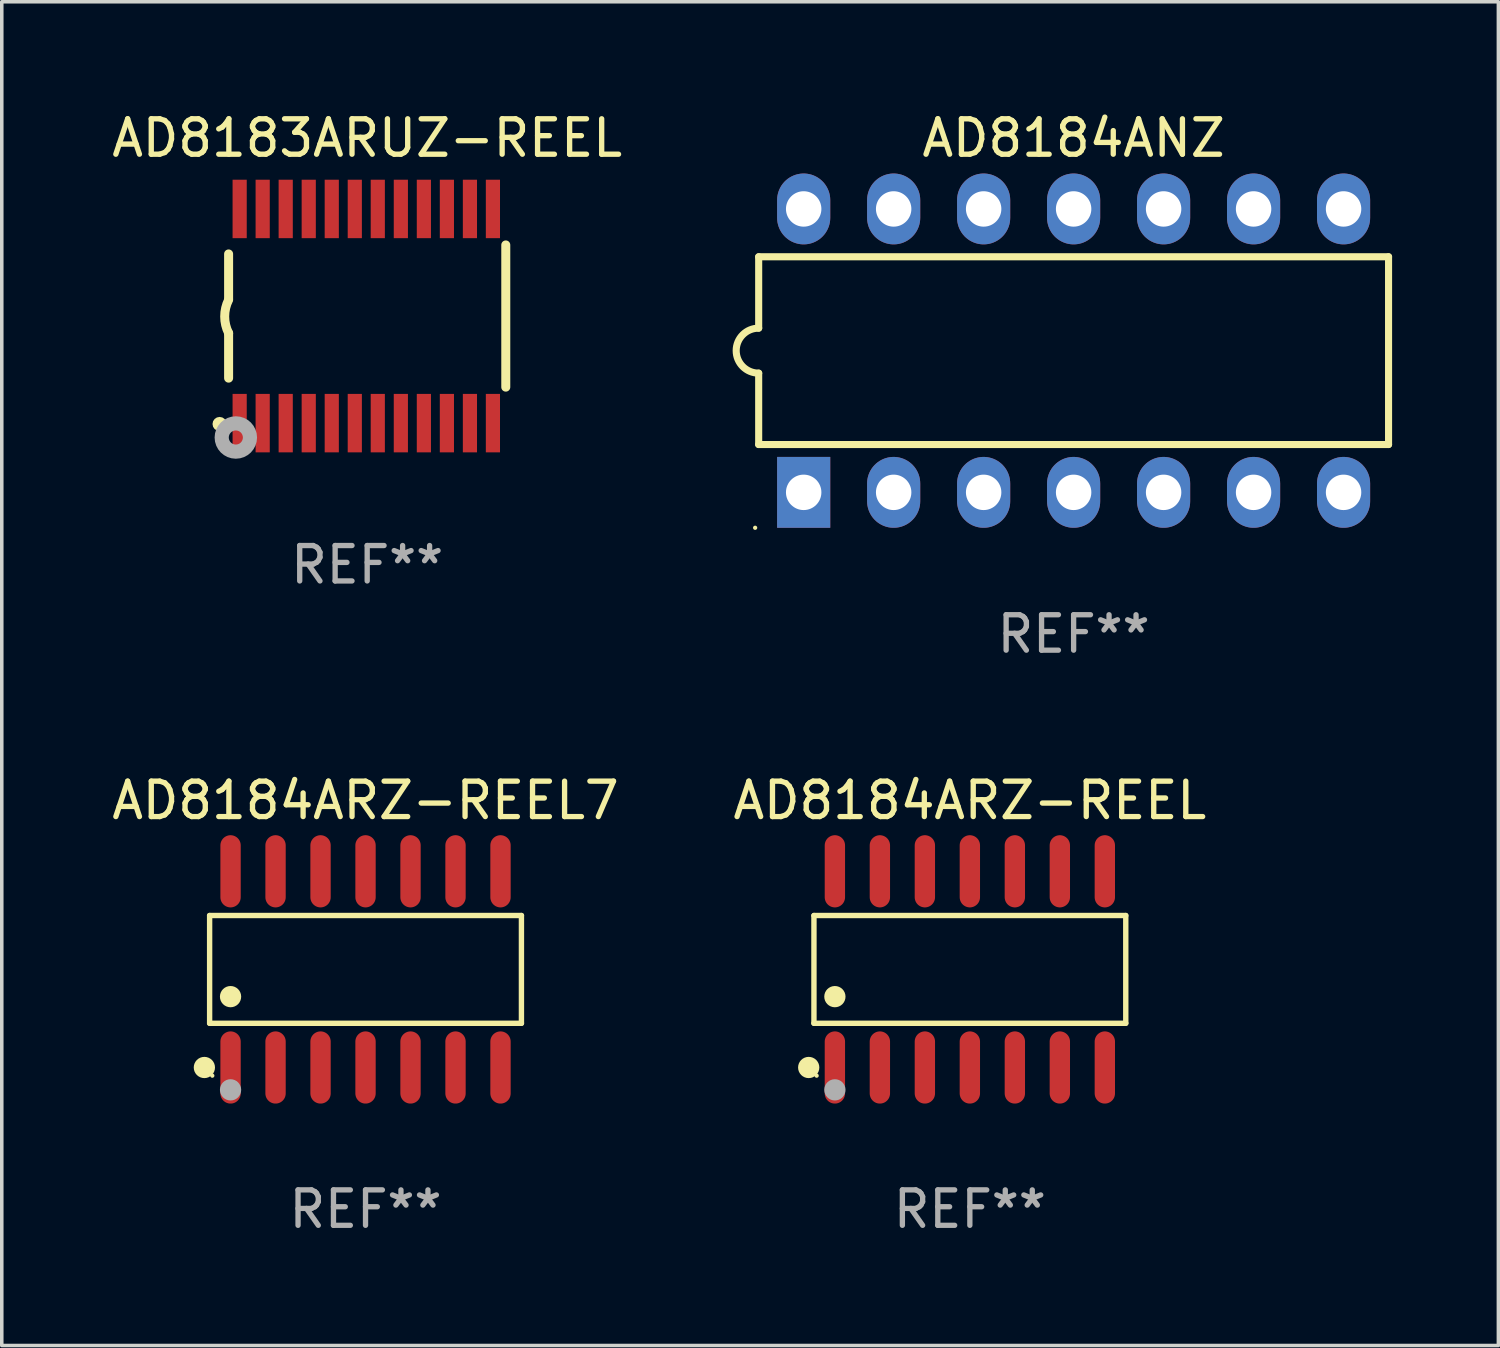
<source format=kicad_pcb>
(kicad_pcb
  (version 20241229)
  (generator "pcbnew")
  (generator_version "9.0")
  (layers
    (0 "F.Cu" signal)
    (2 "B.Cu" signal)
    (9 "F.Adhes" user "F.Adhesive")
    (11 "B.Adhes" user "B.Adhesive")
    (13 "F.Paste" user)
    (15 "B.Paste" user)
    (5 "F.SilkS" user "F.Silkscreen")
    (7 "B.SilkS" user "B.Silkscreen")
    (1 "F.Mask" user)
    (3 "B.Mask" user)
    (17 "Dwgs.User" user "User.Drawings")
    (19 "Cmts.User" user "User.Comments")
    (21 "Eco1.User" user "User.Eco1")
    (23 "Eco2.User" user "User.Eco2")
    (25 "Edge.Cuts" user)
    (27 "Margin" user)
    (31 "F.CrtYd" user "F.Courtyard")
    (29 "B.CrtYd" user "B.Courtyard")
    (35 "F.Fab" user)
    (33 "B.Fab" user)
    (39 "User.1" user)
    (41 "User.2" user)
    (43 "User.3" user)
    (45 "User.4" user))
  (footprint "AD8184ARZ-REEL7"
    (layer "F.Cu")
    (at 7.268 24.314)
    (property "Reference" "AD8184ARZ-REEL7" (at 0 -4.769 0) (layer "F.SilkS") (effects (font (size 1 1) (thickness 0.15))))
    (attr through_hole)
    (fp_line (start -4.401 -1.521) (end 4.401 -1.521) (stroke (width 0.152) (type solid)) (layer "F.SilkS"))
    (fp_line (start -4.401 1.521) (end -4.401 -1.521) (stroke (width 0.152) (type solid)) (layer "F.SilkS"))
    (fp_line (start 4.401 -1.521) (end 4.401 1.521) (stroke (width 0.152) (type solid)) (layer "F.SilkS"))
    (fp_line (start 4.401 1.521) (end -4.401 1.521) (stroke (width 0.152) (type solid)) (layer "F.SilkS"))
    (fp_circle (center -4.549 2.769) (end -4.399 2.769) (stroke (width 0.3) (type solid)) (fill no) (layer "F.SilkS"))
    (fp_circle (center -4.325 3) (end -4.295 3) (stroke (width 0.06) (type solid)) (fill no) (layer "F.SilkS"))
    (fp_circle (center -3.81 0.769) (end -3.66 0.769) (stroke (width 0.3) (type solid)) (fill no) (layer "F.SilkS"))
    (fp_circle (center -3.81 3.4) (end -3.66 3.4) (stroke (width 0.3) (type solid)) (fill no) (layer "F.Fab"))
    (fp_text user "REF**" (at 0 6.769 0) (layer "F.Fab") (effects (font (size 1 1) (thickness 0.15))))
    (pad "1" smd oval (at -3.81 2.769) (size 0.574 2.038) (layers "F.Cu" "F.Mask" "F.Paste"))
    (pad "2" smd oval (at -2.54 2.769) (size 0.574 2.038) (layers "F.Cu" "F.Mask" "F.Paste"))
    (pad "3" smd oval (at -1.27 2.769) (size 0.574 2.038) (layers "F.Cu" "F.Mask" "F.Paste"))
    (pad "4" smd oval (at 0 2.769) (size 0.574 2.038) (layers "F.Cu" "F.Mask" "F.Paste"))
    (pad "5" smd oval (at 1.27 2.769) (size 0.574 2.038) (layers "F.Cu" "F.Mask" "F.Paste"))
    (pad "6" smd oval (at 2.54 2.769) (size 0.574 2.038) (layers "F.Cu" "F.Mask" "F.Paste"))
    (pad "7" smd oval (at 3.81 2.769) (size 0.574 2.038) (layers "F.Cu" "F.Mask" "F.Paste"))
    (pad "8" smd oval (at 3.81 -2.769) (size 0.574 2.038) (layers "F.Cu" "F.Mask" "F.Paste"))
    (pad "9" smd oval (at 2.54 -2.769) (size 0.574 2.038) (layers "F.Cu" "F.Mask" "F.Paste"))
    (pad "10" smd oval (at 1.27 -2.769) (size 0.574 2.038) (layers "F.Cu" "F.Mask" "F.Paste"))
    (pad "11" smd oval (at 0 -2.769) (size 0.574 2.038) (layers "F.Cu" "F.Mask" "F.Paste"))
    (pad "12" smd oval (at -1.27 -2.769) (size 0.574 2.038) (layers "F.Cu" "F.Mask" "F.Paste"))
    (pad "13" smd oval (at -2.54 -2.769) (size 0.574 2.038) (layers "F.Cu" "F.Mask" "F.Paste"))
    (pad "14" smd oval (at -3.81 -2.769) (size 0.574 2.038) (layers "F.Cu" "F.Mask" "F.Paste")))
  (footprint "AD8184ARZ-REEL"
    (layer "F.Cu")
    (at 24.327 24.314)
    (property "Reference" "AD8184ARZ-REEL" (at 0 -4.769 0) (layer "F.SilkS") (effects (font (size 1 1) (thickness 0.15))))
    (attr through_hole)
    (fp_line (start -4.401 -1.521) (end 4.401 -1.521) (stroke (width 0.152) (type solid)) (layer "F.SilkS"))
    (fp_line (start -4.401 1.521) (end -4.401 -1.521) (stroke (width 0.152) (type solid)) (layer "F.SilkS"))
    (fp_line (start 4.401 -1.521) (end 4.401 1.521) (stroke (width 0.152) (type solid)) (layer "F.SilkS"))
    (fp_line (start 4.401 1.521) (end -4.401 1.521) (stroke (width 0.152) (type solid)) (layer "F.SilkS"))
    (fp_circle (center -4.549 2.769) (end -4.399 2.769) (stroke (width 0.3) (type solid)) (fill no) (layer "F.SilkS"))
    (fp_circle (center -4.325 3) (end -4.295 3) (stroke (width 0.06) (type solid)) (fill no) (layer "F.SilkS"))
    (fp_circle (center -3.81 0.769) (end -3.66 0.769) (stroke (width 0.3) (type solid)) (fill no) (layer "F.SilkS"))
    (fp_circle (center -3.81 3.4) (end -3.66 3.4) (stroke (width 0.3) (type solid)) (fill no) (layer "F.Fab"))
    (fp_text user "REF**" (at 0 6.769 0) (layer "F.Fab") (effects (font (size 1 1) (thickness 0.15))))
    (pad "1" smd oval (at -3.81 2.769) (size 0.574 2.038) (layers "F.Cu" "F.Mask" "F.Paste"))
    (pad "2" smd oval (at -2.54 2.769) (size 0.574 2.038) (layers "F.Cu" "F.Mask" "F.Paste"))
    (pad "3" smd oval (at -1.27 2.769) (size 0.574 2.038) (layers "F.Cu" "F.Mask" "F.Paste"))
    (pad "4" smd oval (at 0 2.769) (size 0.574 2.038) (layers "F.Cu" "F.Mask" "F.Paste"))
    (pad "5" smd oval (at 1.27 2.769) (size 0.574 2.038) (layers "F.Cu" "F.Mask" "F.Paste"))
    (pad "6" smd oval (at 2.54 2.769) (size 0.574 2.038) (layers "F.Cu" "F.Mask" "F.Paste"))
    (pad "7" smd oval (at 3.81 2.769) (size 0.574 2.038) (layers "F.Cu" "F.Mask" "F.Paste"))
    (pad "8" smd oval (at 3.81 -2.769) (size 0.574 2.038) (layers "F.Cu" "F.Mask" "F.Paste"))
    (pad "9" smd oval (at 2.54 -2.769) (size 0.574 2.038) (layers "F.Cu" "F.Mask" "F.Paste"))
    (pad "10" smd oval (at 1.27 -2.769) (size 0.574 2.038) (layers "F.Cu" "F.Mask" "F.Paste"))
    (pad "11" smd oval (at 0 -2.769) (size 0.574 2.038) (layers "F.Cu" "F.Mask" "F.Paste"))
    (pad "12" smd oval (at -1.27 -2.769) (size 0.574 2.038) (layers "F.Cu" "F.Mask" "F.Paste"))
    (pad "13" smd oval (at -2.54 -2.769) (size 0.574 2.038) (layers "F.Cu" "F.Mask" "F.Paste"))
    (pad "14" smd oval (at -3.81 -2.769) (size 0.574 2.038) (layers "F.Cu" "F.Mask" "F.Paste")))
  (footprint "AD8184ANZ"
    (layer "F.Cu")
    (at 27.256 6.848)
    (property "Reference" "AD8184ANZ" (at 0 -6 0) (layer "F.SilkS") (effects (font (size 1 1) (thickness 0.15))))
    (attr through_hole)
    (fp_line (start -8.89 -2.65) (end -8.89 -0.635) (stroke (width 0.2) (type solid)) (layer "F.SilkS"))
    (fp_line (start -8.89 0.635) (end -8.89 2.65) (stroke (width 0.2) (type solid)) (layer "F.SilkS"))
    (fp_line (start -8.89 2.65) (end 8.89 2.65) (stroke (width 0.2) (type solid)) (layer "F.SilkS"))
    (fp_line (start 8.89 -2.65) (end -8.89 -2.65) (stroke (width 0.2) (type solid)) (layer "F.SilkS"))
    (fp_line (start 8.89 2.65) (end 8.89 -2.65) (stroke (width 0.2) (type solid)) (layer "F.SilkS"))
    (fp_arc (start -8.890018 0.635001) (mid -9.525019 0) (end -8.890018 -0.635001) (stroke (width 0.2) (type solid)) (layer "F.SilkS"))
    (fp_circle (center -8.99 5) (end -8.96 5) (stroke (width 0.06) (type solid)) (fill no) (layer "F.SilkS"))
    (fp_text user "REF**" (at 0 8 0) (layer "F.Fab") (effects (font (size 1 1) (thickness 0.15))))
    (pad "1" thru_hole rect (at -7.62 4 90) (size 2 1.5) (drill 1) (layers "*.Cu" "*.Mask"))
    (pad "2" thru_hole oval (at -5.08 4 90) (size 2 1.5) (drill 1) (layers "*.Cu" "*.Mask"))
    (pad "3" thru_hole oval (at -2.54 4 90) (size 2 1.5) (drill 1) (layers "*.Cu" "*.Mask"))
    (pad "4" thru_hole oval (at 0 4 90) (size 2 1.5) (drill 1) (layers "*.Cu" "*.Mask"))
    (pad "5" thru_hole oval (at 2.54 4 90) (size 2 1.5) (drill 1) (layers "*.Cu" "*.Mask"))
    (pad "6" thru_hole oval (at 5.08 4 90) (size 2 1.5) (drill 1) (layers "*.Cu" "*.Mask"))
    (pad "7" thru_hole oval (at 7.62 4 90) (size 2 1.5) (drill 1) (layers "*.Cu" "*.Mask"))
    (pad "8" thru_hole oval (at 7.62 -4 90) (size 2 1.5) (drill 1) (layers "*.Cu" "*.Mask"))
    (pad "9" thru_hole oval (at 5.08 -4 90) (size 2 1.5) (drill 1) (layers "*.Cu" "*.Mask"))
    (pad "10" thru_hole oval (at 2.54 -4 90) (size 2 1.5) (drill 1) (layers "*.Cu" "*.Mask"))
    (pad "11" thru_hole oval (at 0 -4 90) (size 2 1.5) (drill 1) (layers "*.Cu" "*.Mask"))
    (pad "12" thru_hole oval (at -2.54 -4 90) (size 2 1.5) (drill 1) (layers "*.Cu" "*.Mask"))
    (pad "13" thru_hole oval (at -5.08 -4 90) (size 2 1.5) (drill 1) (layers "*.Cu" "*.Mask"))
    (pad "14" thru_hole oval (at -7.62 -4 90) (size 2 1.5) (drill 1) (layers "*.Cu" "*.Mask")))
  (footprint "AD8183ARUZ-REEL"
    (layer "F.Cu")
    (at 7.315 5.871)
    (property "Reference" "AD8183ARUZ-REEL" (at 0 -5.023 0) (layer "F.SilkS") (effects (font (size 1 1) (thickness 0.15))))
    (attr through_hole)
    (fp_line (start -3.912 -0.483) (end -3.912 -1.753) (stroke (width 0.254) (type solid)) (layer "F.SilkS"))
    (fp_line (start -3.912 1.753) (end -3.912 0.483) (stroke (width 0.254) (type solid)) (layer "F.SilkS"))
    (fp_line (start 3.912 -2.007) (end 3.912 2.007) (stroke (width 0.254) (type solid)) (layer "F.SilkS"))
    (fp_arc (start -3.911608 0.482601) (mid -4.022537 0.0127) (end -3.911608 -0.457201) (stroke (width 0.254001) (type solid)) (layer "F.SilkS"))
    (fp_circle (center -4.166 3.048) (end -4.066 3.048) (stroke (width 0.2) (type solid)) (fill no) (layer "F.SilkS"))
    (fp_circle (center -3.925 3.186) (end -3.895 3.186) (stroke (width 0.06) (type solid)) (fill no) (layer "F.SilkS"))
    (fp_circle (center -3.708 3.429) (end -3.509 3.429) (stroke (width 0.4) (type solid)) (fill no) (layer "F.Fab"))
    (fp_text user "REF**" (at 0 7.023 0) (layer "F.Fab") (effects (font (size 1 1) (thickness 0.15))))
    (pad "1" smd rect (at -3.6 3.023) (size 0.4 1.65) (layers "F.Cu" "F.Mask" "F.Paste"))
    (pad "2" smd rect (at -2.95 3.023) (size 0.4 1.65) (layers "F.Cu" "F.Mask" "F.Paste"))
    (pad "3" smd rect (at -2.3 3.023) (size 0.4 1.65) (layers "F.Cu" "F.Mask" "F.Paste"))
    (pad "4" smd rect (at -1.65 3.023) (size 0.4 1.65) (layers "F.Cu" "F.Mask" "F.Paste"))
    (pad "5" smd rect (at -1 3.023) (size 0.4 1.65) (layers "F.Cu" "F.Mask" "F.Paste"))
    (pad "6" smd rect (at -0.35 3.023) (size 0.4 1.65) (layers "F.Cu" "F.Mask" "F.Paste"))
    (pad "7" smd rect (at 0.299 3.023) (size 0.4 1.65) (layers "F.Cu" "F.Mask" "F.Paste"))
    (pad "8" smd rect (at 0.95 3.023) (size 0.4 1.65) (layers "F.Cu" "F.Mask" "F.Paste"))
    (pad "9" smd rect (at 1.6 3.023) (size 0.4 1.65) (layers "F.Cu" "F.Mask" "F.Paste"))
    (pad "10" smd rect (at 2.25 3.023) (size 0.4 1.65) (layers "F.Cu" "F.Mask" "F.Paste"))
    (pad "11" smd rect (at 2.9 3.023) (size 0.4 1.65) (layers "F.Cu" "F.Mask" "F.Paste"))
    (pad "12" smd rect (at 3.549 3.023) (size 0.4 1.65) (layers "F.Cu" "F.Mask" "F.Paste"))
    (pad "13" smd rect (at 3.549 -3.023) (size 0.4 1.65) (layers "F.Cu" "F.Mask" "F.Paste"))
    (pad "14" smd rect (at 2.9 -3.023) (size 0.4 1.65) (layers "F.Cu" "F.Mask" "F.Paste"))
    (pad "15" smd rect (at 2.25 -3.023) (size 0.4 1.65) (layers "F.Cu" "F.Mask" "F.Paste"))
    (pad "16" smd rect (at 1.6 -3.023) (size 0.4 1.65) (layers "F.Cu" "F.Mask" "F.Paste"))
    (pad "17" smd rect (at 0.95 -3.023) (size 0.4 1.65) (layers "F.Cu" "F.Mask" "F.Paste"))
    (pad "18" smd rect (at 0.299 -3.023) (size 0.4 1.65) (layers "F.Cu" "F.Mask" "F.Paste"))
    (pad "19" smd rect (at -0.35 -3.023) (size 0.4 1.65) (layers "F.Cu" "F.Mask" "F.Paste"))
    (pad "20" smd rect (at -1 -3.023) (size 0.4 1.65) (layers "F.Cu" "F.Mask" "F.Paste"))
    (pad "21" smd rect (at -1.65 -3.023) (size 0.4 1.65) (layers "F.Cu" "F.Mask" "F.Paste"))
    (pad "22" smd rect (at -2.3 -3.023) (size 0.4 1.65) (layers "F.Cu" "F.Mask" "F.Paste"))
    (pad "23" smd rect (at -2.95 -3.023) (size 0.4 1.65) (layers "F.Cu" "F.Mask" "F.Paste"))
    (pad "24" smd rect (at -3.6 -3.023) (size 0.4 1.65) (layers "F.Cu" "F.Mask" "F.Paste")))
  (gr_rect
    (start -3 -3)
    (end 39.246 34.931)
    (stroke (width 0.1) (type default))
    (fill no)
    (layer "Edge.Cuts")))
</source>
